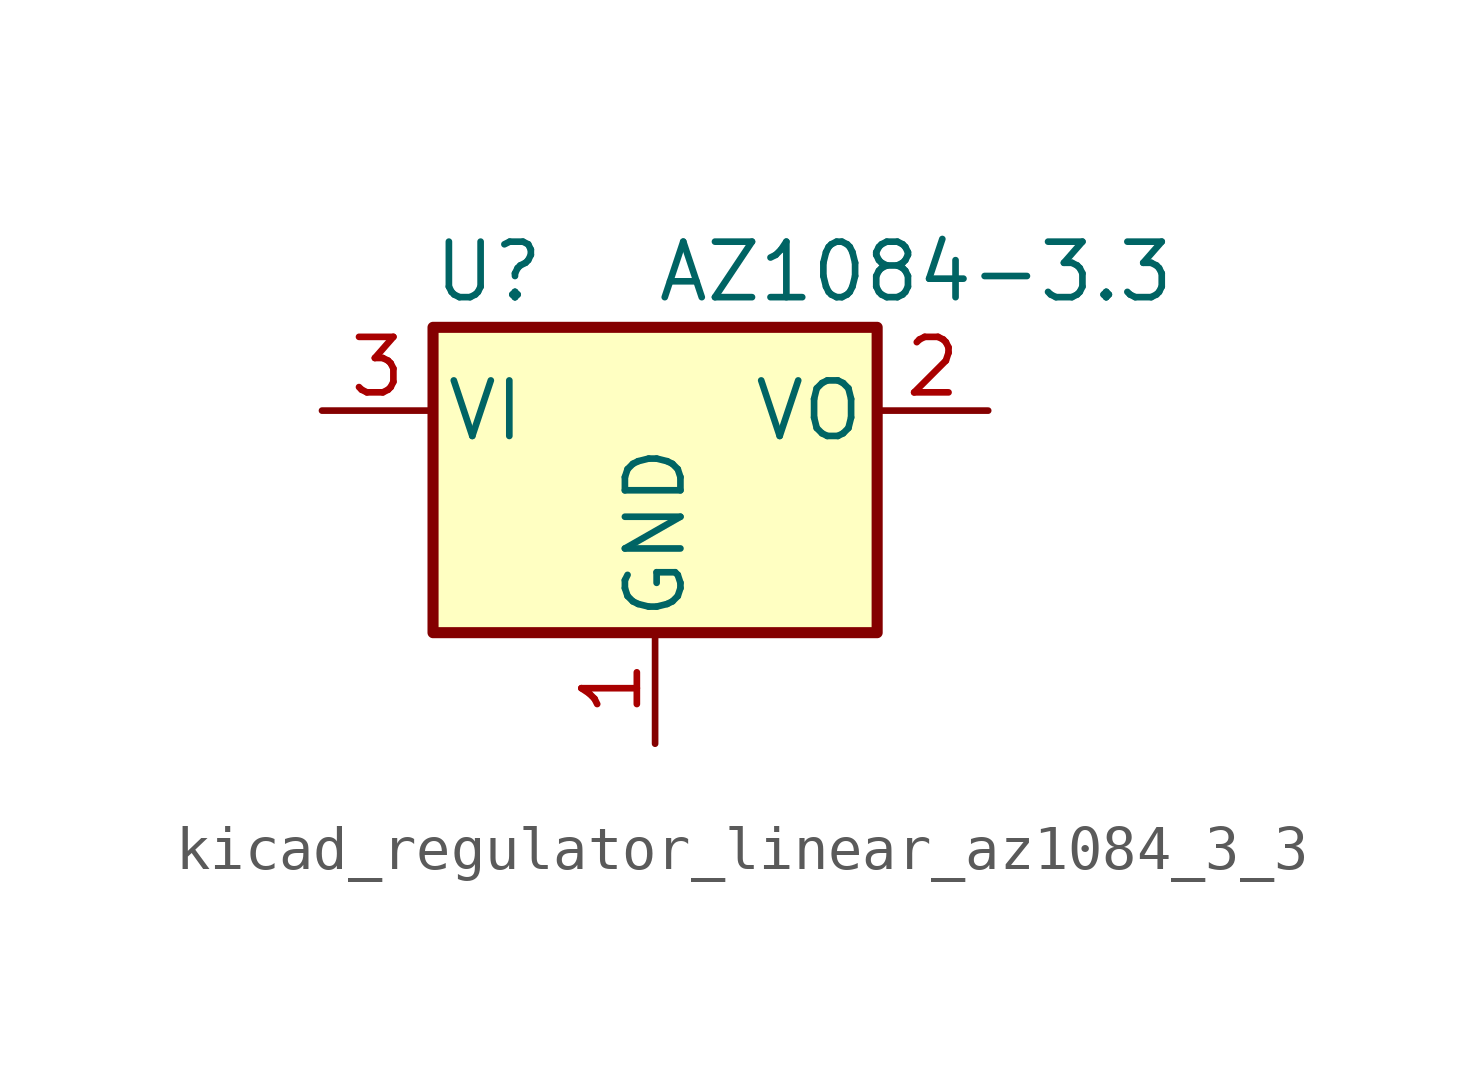
<source format=kicad_sym>
(kicad_symbol_lib
  (version 20220914)
  (generator kicad_symbol_editor)
  (symbol "kicad_regulator_linear_az1084_3_3"
    (pin_names
      (offset 0.254))
    (property "Reference" "U"
      (at -3.81 3.175 0)
      (effects (font (size 1.27 1.27))))
    (property "Value" "AZ1084-3.3"
      (at 0 3.175 0)
      (effects (font (size 1.27 1.27)) (justify left)))
    (symbol "kicad_regulator_linear_az1084_3_3_0_1"
      (rectangle (start -5.08 1.905) (end 5.08 -5.08) (stroke (width 0.254) (type default)) (fill (type background))))
    (symbol "kicad_regulator_linear_az1084_3_3_1_1"
      (pin power_in line (at 0 -7.62 90) (length 2.54) (name "GND" (effects (font (size 1.27 1.27)))) (number "1" (effects (font (size 1.27 1.27)))))
      (pin power_out line (at 7.62 0 180) (length 2.54) (name "VO" (effects (font (size 1.27 1.27)))) (number "2" (effects (font (size 1.27 1.27)))))
      (pin power_in line (at -7.62 0 0) (length 2.54) (name "VI" (effects (font (size 1.27 1.27)))) (number "3" (effects (font (size 1.27 1.27))))))))
</source>
